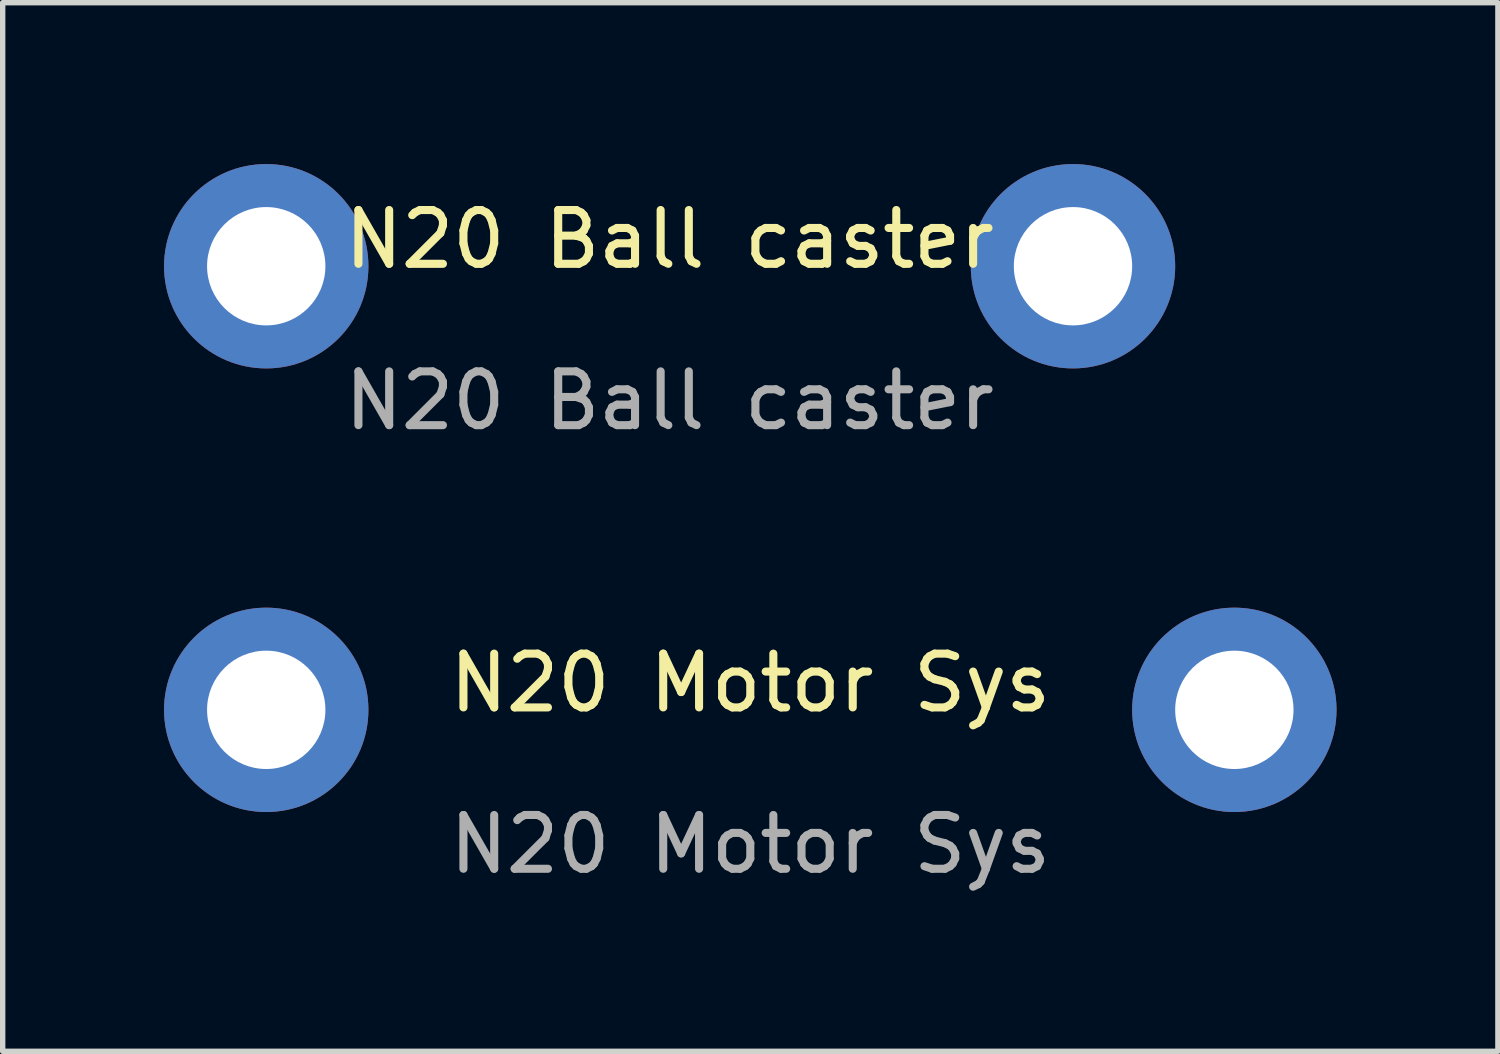
<source format=kicad_pcb>
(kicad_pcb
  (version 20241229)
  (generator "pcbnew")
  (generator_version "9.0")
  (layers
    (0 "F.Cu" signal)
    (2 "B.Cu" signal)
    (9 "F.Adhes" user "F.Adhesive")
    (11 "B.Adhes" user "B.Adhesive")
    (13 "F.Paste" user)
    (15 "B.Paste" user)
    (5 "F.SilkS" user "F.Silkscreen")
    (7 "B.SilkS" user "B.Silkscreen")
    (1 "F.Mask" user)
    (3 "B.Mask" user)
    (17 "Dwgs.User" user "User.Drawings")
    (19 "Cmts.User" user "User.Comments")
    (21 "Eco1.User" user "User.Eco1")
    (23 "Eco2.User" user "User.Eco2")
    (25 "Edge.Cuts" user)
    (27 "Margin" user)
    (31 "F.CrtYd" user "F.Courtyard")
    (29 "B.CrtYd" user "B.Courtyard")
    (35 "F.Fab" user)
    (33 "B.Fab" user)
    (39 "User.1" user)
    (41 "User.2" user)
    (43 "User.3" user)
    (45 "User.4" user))
  (footprint "N20 Motor Sys"
    (layer "F.Cu")
    (at 10.9 10.148)
    (property "Reference" "N20 Motor Sys" (at 0 -0.5 0) (unlocked yes) (layer "F.SilkS") (effects (font (size 1 1) (thickness 0.15))))
    (attr through_hole)
    (fp_text user "${REFERENCE}" (at 0 2.5 0) (unlocked yes) (layer "F.Fab") (effects (font (size 1 1) (thickness 0.15))))
    (pad "1" thru_hole circle (at -9 0) (size 3.8 3.8) (drill 2.2) (layers "*.Cu" "*.Mask"))
    (pad "2" thru_hole circle (at 9 0) (size 3.8 3.8) (drill 2.2) (layers "*.Cu" "*.Mask")))
  (footprint "N20 Ball caster"
    (layer "F.Cu")
    (at 9.4 1.9)
    (property "Reference" "N20 Ball caster" (at 0 -0.5 0) (unlocked yes) (layer "F.SilkS") (effects (font (size 1 1) (thickness 0.15))))
    (attr through_hole)
    (fp_text user "${REFERENCE}" (at 0 2.5 0) (unlocked yes) (layer "F.Fab") (effects (font (size 1 1) (thickness 0.15))))
    (pad "1" thru_hole circle (at 7.5 0) (size 3.8 3.8) (drill 2.2) (layers "*.Cu" "*.Mask"))
    (pad "2" thru_hole circle (at -7.5 0) (size 3.8 3.8) (drill 2.2) (layers "*.Cu" "*.Mask")))
  (gr_rect
    (start -3 -3)
    (end 24.8 16.497)
    (stroke (width 0.1) (type default))
    (fill no)
    (layer "Edge.Cuts")))
</source>
